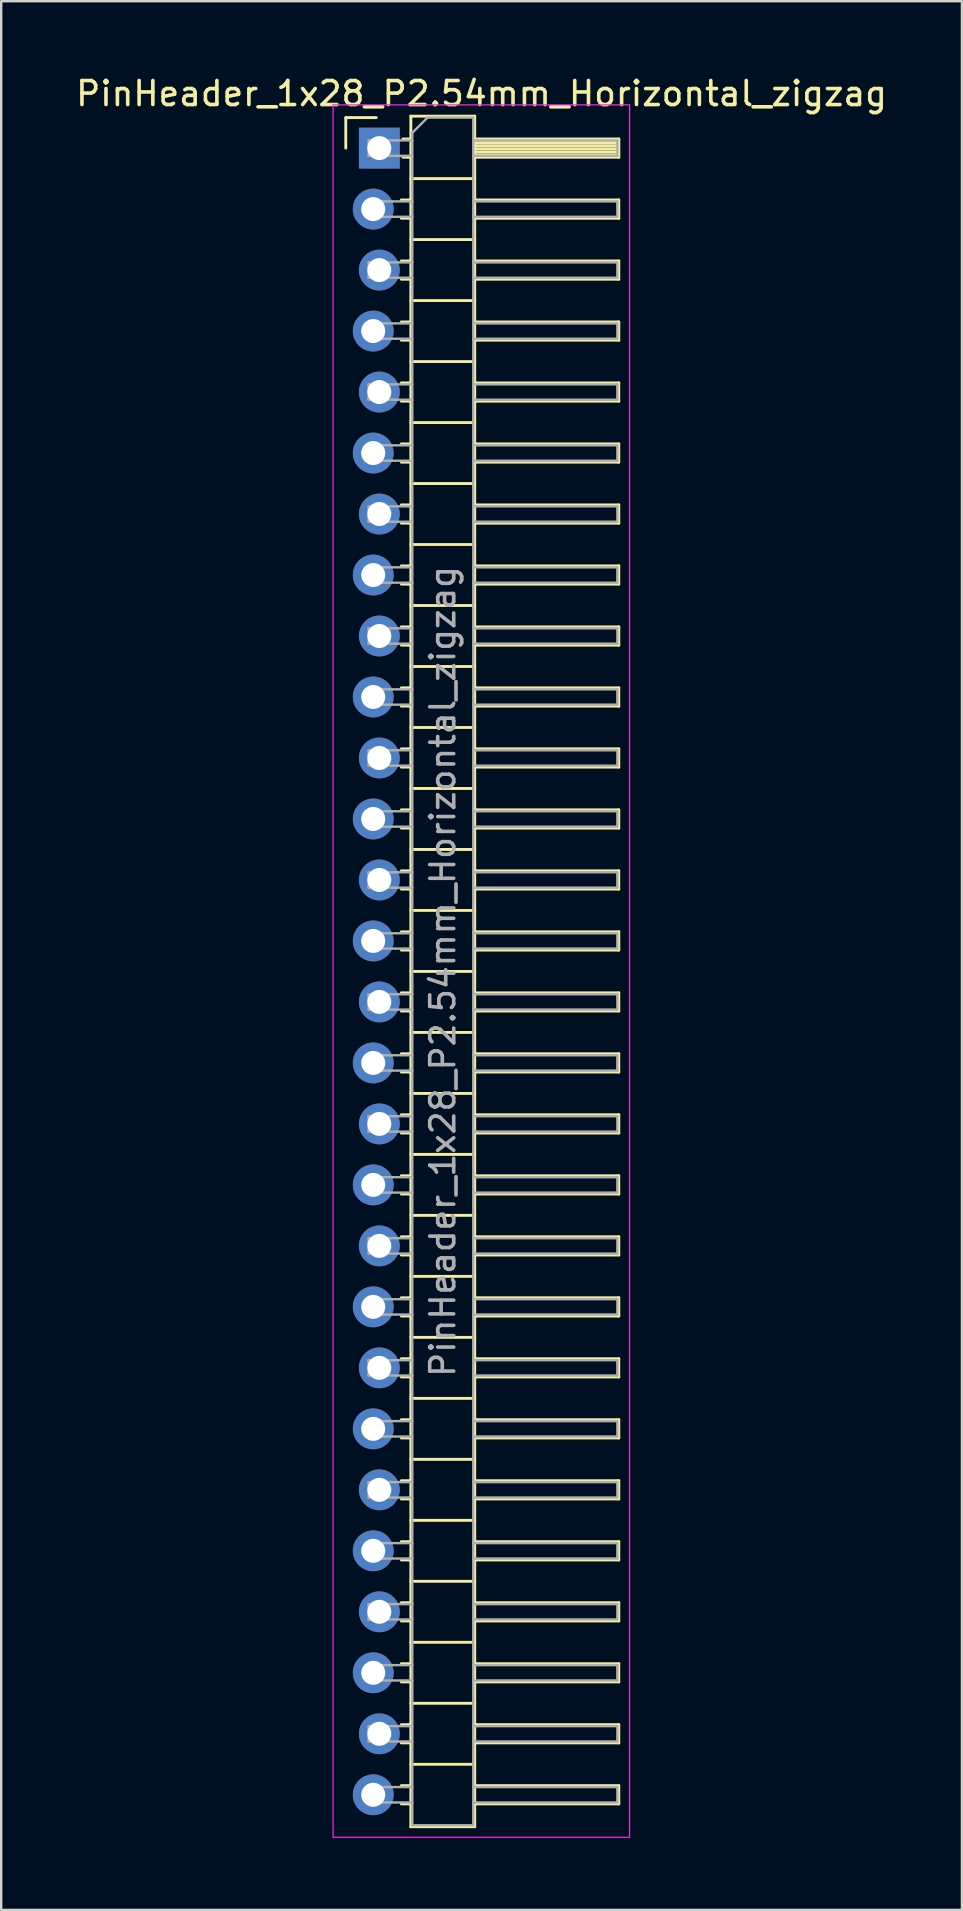
<source format=kicad_pcb>
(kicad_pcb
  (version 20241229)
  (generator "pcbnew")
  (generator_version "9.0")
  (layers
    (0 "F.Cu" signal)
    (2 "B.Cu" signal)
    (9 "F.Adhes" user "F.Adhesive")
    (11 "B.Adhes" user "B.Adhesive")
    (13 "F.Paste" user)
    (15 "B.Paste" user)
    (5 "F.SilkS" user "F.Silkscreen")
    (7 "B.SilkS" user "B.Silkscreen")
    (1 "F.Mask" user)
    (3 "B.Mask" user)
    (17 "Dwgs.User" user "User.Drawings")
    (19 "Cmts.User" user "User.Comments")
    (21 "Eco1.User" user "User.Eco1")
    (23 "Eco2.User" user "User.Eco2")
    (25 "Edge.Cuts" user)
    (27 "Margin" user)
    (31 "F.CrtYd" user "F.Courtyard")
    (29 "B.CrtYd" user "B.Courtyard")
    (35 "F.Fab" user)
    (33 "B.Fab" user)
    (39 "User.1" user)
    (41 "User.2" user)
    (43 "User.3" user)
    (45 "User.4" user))
  (footprint "PinHeader_1x28_P2.54mm_Horizontal_zigzag"
    (layer "F.Cu")
    (at 12.621 3.118)
    (property "Reference" "PinHeader_1x28_P2.54mm_Horizontal_zigzag" (at 4.385 -2.27 0) (layer "F.SilkS") (effects (font (size 1 1) (thickness 0.15))))
    (attr through_hole)
    (fp_line (start -1.27 -1.27) (end 0 -1.27) (stroke (width 0.12) (type solid)) (layer "F.SilkS"))
    (fp_line (start -1.27 0) (end -1.27 -1.27) (stroke (width 0.12) (type solid)) (layer "F.SilkS"))
    (fp_line (start 1.043 2.16) (end 1.44 2.16) (stroke (width 0.12) (type solid)) (layer "F.SilkS"))
    (fp_line (start 1.043 2.92) (end 1.44 2.92) (stroke (width 0.12) (type solid)) (layer "F.SilkS"))
    (fp_line (start 1.043 4.7) (end 1.44 4.7) (stroke (width 0.12) (type solid)) (layer "F.SilkS"))
    (fp_line (start 1.043 5.46) (end 1.44 5.46) (stroke (width 0.12) (type solid)) (layer "F.SilkS"))
    (fp_line (start 1.043 7.24) (end 1.44 7.24) (stroke (width 0.12) (type solid)) (layer "F.SilkS"))
    (fp_line (start 1.043 8) (end 1.44 8) (stroke (width 0.12) (type solid)) (layer "F.SilkS"))
    (fp_line (start 1.043 9.78) (end 1.44 9.78) (stroke (width 0.12) (type solid)) (layer "F.SilkS"))
    (fp_line (start 1.043 10.54) (end 1.44 10.54) (stroke (width 0.12) (type solid)) (layer "F.SilkS"))
    (fp_line (start 1.043 12.32) (end 1.44 12.32) (stroke (width 0.12) (type solid)) (layer "F.SilkS"))
    (fp_line (start 1.043 13.08) (end 1.44 13.08) (stroke (width 0.12) (type solid)) (layer "F.SilkS"))
    (fp_line (start 1.043 14.86) (end 1.44 14.86) (stroke (width 0.12) (type solid)) (layer "F.SilkS"))
    (fp_line (start 1.043 15.62) (end 1.44 15.62) (stroke (width 0.12) (type solid)) (layer "F.SilkS"))
    (fp_line (start 1.043 17.4) (end 1.44 17.4) (stroke (width 0.12) (type solid)) (layer "F.SilkS"))
    (fp_line (start 1.043 18.16) (end 1.44 18.16) (stroke (width 0.12) (type solid)) (layer "F.SilkS"))
    (fp_line (start 1.043 19.94) (end 1.44 19.94) (stroke (width 0.12) (type solid)) (layer "F.SilkS"))
    (fp_line (start 1.043 20.7) (end 1.44 20.7) (stroke (width 0.12) (type solid)) (layer "F.SilkS"))
    (fp_line (start 1.043 22.48) (end 1.44 22.48) (stroke (width 0.12) (type solid)) (layer "F.SilkS"))
    (fp_line (start 1.043 23.24) (end 1.44 23.24) (stroke (width 0.12) (type solid)) (layer "F.SilkS"))
    (fp_line (start 1.043 25.02) (end 1.44 25.02) (stroke (width 0.12) (type solid)) (layer "F.SilkS"))
    (fp_line (start 1.043 25.78) (end 1.44 25.78) (stroke (width 0.12) (type solid)) (layer "F.SilkS"))
    (fp_line (start 1.043 27.56) (end 1.44 27.56) (stroke (width 0.12) (type solid)) (layer "F.SilkS"))
    (fp_line (start 1.043 28.32) (end 1.44 28.32) (stroke (width 0.12) (type solid)) (layer "F.SilkS"))
    (fp_line (start 1.043 30.1) (end 1.44 30.1) (stroke (width 0.12) (type solid)) (layer "F.SilkS"))
    (fp_line (start 1.043 30.86) (end 1.44 30.86) (stroke (width 0.12) (type solid)) (layer "F.SilkS"))
    (fp_line (start 1.043 32.64) (end 1.44 32.64) (stroke (width 0.12) (type solid)) (layer "F.SilkS"))
    (fp_line (start 1.043 33.4) (end 1.44 33.4) (stroke (width 0.12) (type solid)) (layer "F.SilkS"))
    (fp_line (start 1.043 35.18) (end 1.44 35.18) (stroke (width 0.12) (type solid)) (layer "F.SilkS"))
    (fp_line (start 1.043 35.94) (end 1.44 35.94) (stroke (width 0.12) (type solid)) (layer "F.SilkS"))
    (fp_line (start 1.043 37.72) (end 1.44 37.72) (stroke (width 0.12) (type solid)) (layer "F.SilkS"))
    (fp_line (start 1.043 38.48) (end 1.44 38.48) (stroke (width 0.12) (type solid)) (layer "F.SilkS"))
    (fp_line (start 1.043 40.26) (end 1.44 40.26) (stroke (width 0.12) (type solid)) (layer "F.SilkS"))
    (fp_line (start 1.043 41.02) (end 1.44 41.02) (stroke (width 0.12) (type solid)) (layer "F.SilkS"))
    (fp_line (start 1.043 42.8) (end 1.44 42.8) (stroke (width 0.12) (type solid)) (layer "F.SilkS"))
    (fp_line (start 1.043 43.56) (end 1.44 43.56) (stroke (width 0.12) (type solid)) (layer "F.SilkS"))
    (fp_line (start 1.043 45.34) (end 1.44 45.34) (stroke (width 0.12) (type solid)) (layer "F.SilkS"))
    (fp_line (start 1.043 46.1) (end 1.44 46.1) (stroke (width 0.12) (type solid)) (layer "F.SilkS"))
    (fp_line (start 1.043 47.88) (end 1.44 47.88) (stroke (width 0.12) (type solid)) (layer "F.SilkS"))
    (fp_line (start 1.043 48.64) (end 1.44 48.64) (stroke (width 0.12) (type solid)) (layer "F.SilkS"))
    (fp_line (start 1.043 50.42) (end 1.44 50.42) (stroke (width 0.12) (type solid)) (layer "F.SilkS"))
    (fp_line (start 1.043 51.18) (end 1.44 51.18) (stroke (width 0.12) (type solid)) (layer "F.SilkS"))
    (fp_line (start 1.043 52.96) (end 1.44 52.96) (stroke (width 0.12) (type solid)) (layer "F.SilkS"))
    (fp_line (start 1.043 53.72) (end 1.44 53.72) (stroke (width 0.12) (type solid)) (layer "F.SilkS"))
    (fp_line (start 1.043 55.5) (end 1.44 55.5) (stroke (width 0.12) (type solid)) (layer "F.SilkS"))
    (fp_line (start 1.043 56.26) (end 1.44 56.26) (stroke (width 0.12) (type solid)) (layer "F.SilkS"))
    (fp_line (start 1.043 58.04) (end 1.44 58.04) (stroke (width 0.12) (type solid)) (layer "F.SilkS"))
    (fp_line (start 1.043 58.8) (end 1.44 58.8) (stroke (width 0.12) (type solid)) (layer "F.SilkS"))
    (fp_line (start 1.043 60.58) (end 1.44 60.58) (stroke (width 0.12) (type solid)) (layer "F.SilkS"))
    (fp_line (start 1.043 61.34) (end 1.44 61.34) (stroke (width 0.12) (type solid)) (layer "F.SilkS"))
    (fp_line (start 1.043 63.12) (end 1.44 63.12) (stroke (width 0.12) (type solid)) (layer "F.SilkS"))
    (fp_line (start 1.043 63.88) (end 1.44 63.88) (stroke (width 0.12) (type solid)) (layer "F.SilkS"))
    (fp_line (start 1.043 65.66) (end 1.44 65.66) (stroke (width 0.12) (type solid)) (layer "F.SilkS"))
    (fp_line (start 1.043 66.42) (end 1.44 66.42) (stroke (width 0.12) (type solid)) (layer "F.SilkS"))
    (fp_line (start 1.043 68.2) (end 1.44 68.2) (stroke (width 0.12) (type solid)) (layer "F.SilkS"))
    (fp_line (start 1.043 68.96) (end 1.44 68.96) (stroke (width 0.12) (type solid)) (layer "F.SilkS"))
    (fp_line (start 1.11 -0.38) (end 1.44 -0.38) (stroke (width 0.12) (type solid)) (layer "F.SilkS"))
    (fp_line (start 1.11 0.38) (end 1.44 0.38) (stroke (width 0.12) (type solid)) (layer "F.SilkS"))
    (fp_line (start 1.44 -1.33) (end 1.44 69.91) (stroke (width 0.12) (type solid)) (layer "F.SilkS"))
    (fp_line (start 1.44 1.27) (end 4.1 1.27) (stroke (width 0.12) (type solid)) (layer "F.SilkS"))
    (fp_line (start 1.44 3.81) (end 4.1 3.81) (stroke (width 0.12) (type solid)) (layer "F.SilkS"))
    (fp_line (start 1.44 6.35) (end 4.1 6.35) (stroke (width 0.12) (type solid)) (layer "F.SilkS"))
    (fp_line (start 1.44 8.89) (end 4.1 8.89) (stroke (width 0.12) (type solid)) (layer "F.SilkS"))
    (fp_line (start 1.44 11.43) (end 4.1 11.43) (stroke (width 0.12) (type solid)) (layer "F.SilkS"))
    (fp_line (start 1.44 13.97) (end 4.1 13.97) (stroke (width 0.12) (type solid)) (layer "F.SilkS"))
    (fp_line (start 1.44 16.51) (end 4.1 16.51) (stroke (width 0.12) (type solid)) (layer "F.SilkS"))
    (fp_line (start 1.44 19.05) (end 4.1 19.05) (stroke (width 0.12) (type solid)) (layer "F.SilkS"))
    (fp_line (start 1.44 21.59) (end 4.1 21.59) (stroke (width 0.12) (type solid)) (layer "F.SilkS"))
    (fp_line (start 1.44 24.13) (end 4.1 24.13) (stroke (width 0.12) (type solid)) (layer "F.SilkS"))
    (fp_line (start 1.44 26.67) (end 4.1 26.67) (stroke (width 0.12) (type solid)) (layer "F.SilkS"))
    (fp_line (start 1.44 29.21) (end 4.1 29.21) (stroke (width 0.12) (type solid)) (layer "F.SilkS"))
    (fp_line (start 1.44 31.75) (end 4.1 31.75) (stroke (width 0.12) (type solid)) (layer "F.SilkS"))
    (fp_line (start 1.44 34.29) (end 4.1 34.29) (stroke (width 0.12) (type solid)) (layer "F.SilkS"))
    (fp_line (start 1.44 36.83) (end 4.1 36.83) (stroke (width 0.12) (type solid)) (layer "F.SilkS"))
    (fp_line (start 1.44 39.37) (end 4.1 39.37) (stroke (width 0.12) (type solid)) (layer "F.SilkS"))
    (fp_line (start 1.44 41.91) (end 4.1 41.91) (stroke (width 0.12) (type solid)) (layer "F.SilkS"))
    (fp_line (start 1.44 44.45) (end 4.1 44.45) (stroke (width 0.12) (type solid)) (layer "F.SilkS"))
    (fp_line (start 1.44 46.99) (end 4.1 46.99) (stroke (width 0.12) (type solid)) (layer "F.SilkS"))
    (fp_line (start 1.44 49.53) (end 4.1 49.53) (stroke (width 0.12) (type solid)) (layer "F.SilkS"))
    (fp_line (start 1.44 52.07) (end 4.1 52.07) (stroke (width 0.12) (type solid)) (layer "F.SilkS"))
    (fp_line (start 1.44 54.61) (end 4.1 54.61) (stroke (width 0.12) (type solid)) (layer "F.SilkS"))
    (fp_line (start 1.44 57.15) (end 4.1 57.15) (stroke (width 0.12) (type solid)) (layer "F.SilkS"))
    (fp_line (start 1.44 59.69) (end 4.1 59.69) (stroke (width 0.12) (type solid)) (layer "F.SilkS"))
    (fp_line (start 1.44 62.23) (end 4.1 62.23) (stroke (width 0.12) (type solid)) (layer "F.SilkS"))
    (fp_line (start 1.44 64.77) (end 4.1 64.77) (stroke (width 0.12) (type solid)) (layer "F.SilkS"))
    (fp_line (start 1.44 67.31) (end 4.1 67.31) (stroke (width 0.12) (type solid)) (layer "F.SilkS"))
    (fp_line (start 1.44 69.91) (end 4.1 69.91) (stroke (width 0.12) (type solid)) (layer "F.SilkS"))
    (fp_line (start 4.1 -1.33) (end 1.44 -1.33) (stroke (width 0.12) (type solid)) (layer "F.SilkS"))
    (fp_line (start 4.1 -0.38) (end 10.1 -0.38) (stroke (width 0.12) (type solid)) (layer "F.SilkS"))
    (fp_line (start 4.1 -0.32) (end 10.1 -0.32) (stroke (width 0.12) (type solid)) (layer "F.SilkS"))
    (fp_line (start 4.1 -0.2) (end 10.1 -0.2) (stroke (width 0.12) (type solid)) (layer "F.SilkS"))
    (fp_line (start 4.1 -0.08) (end 10.1 -0.08) (stroke (width 0.12) (type solid)) (layer "F.SilkS"))
    (fp_line (start 4.1 0.04) (end 10.1 0.04) (stroke (width 0.12) (type solid)) (layer "F.SilkS"))
    (fp_line (start 4.1 0.16) (end 10.1 0.16) (stroke (width 0.12) (type solid)) (layer "F.SilkS"))
    (fp_line (start 4.1 0.28) (end 10.1 0.28) (stroke (width 0.12) (type solid)) (layer "F.SilkS"))
    (fp_line (start 4.1 2.16) (end 10.1 2.16) (stroke (width 0.12) (type solid)) (layer "F.SilkS"))
    (fp_line (start 4.1 4.7) (end 10.1 4.7) (stroke (width 0.12) (type solid)) (layer "F.SilkS"))
    (fp_line (start 4.1 7.24) (end 10.1 7.24) (stroke (width 0.12) (type solid)) (layer "F.SilkS"))
    (fp_line (start 4.1 9.78) (end 10.1 9.78) (stroke (width 0.12) (type solid)) (layer "F.SilkS"))
    (fp_line (start 4.1 12.32) (end 10.1 12.32) (stroke (width 0.12) (type solid)) (layer "F.SilkS"))
    (fp_line (start 4.1 14.86) (end 10.1 14.86) (stroke (width 0.12) (type solid)) (layer "F.SilkS"))
    (fp_line (start 4.1 17.4) (end 10.1 17.4) (stroke (width 0.12) (type solid)) (layer "F.SilkS"))
    (fp_line (start 4.1 19.94) (end 10.1 19.94) (stroke (width 0.12) (type solid)) (layer "F.SilkS"))
    (fp_line (start 4.1 22.48) (end 10.1 22.48) (stroke (width 0.12) (type solid)) (layer "F.SilkS"))
    (fp_line (start 4.1 25.02) (end 10.1 25.02) (stroke (width 0.12) (type solid)) (layer "F.SilkS"))
    (fp_line (start 4.1 27.56) (end 10.1 27.56) (stroke (width 0.12) (type solid)) (layer "F.SilkS"))
    (fp_line (start 4.1 30.1) (end 10.1 30.1) (stroke (width 0.12) (type solid)) (layer "F.SilkS"))
    (fp_line (start 4.1 32.64) (end 10.1 32.64) (stroke (width 0.12) (type solid)) (layer "F.SilkS"))
    (fp_line (start 4.1 35.18) (end 10.1 35.18) (stroke (width 0.12) (type solid)) (layer "F.SilkS"))
    (fp_line (start 4.1 37.72) (end 10.1 37.72) (stroke (width 0.12) (type solid)) (layer "F.SilkS"))
    (fp_line (start 4.1 40.26) (end 10.1 40.26) (stroke (width 0.12) (type solid)) (layer "F.SilkS"))
    (fp_line (start 4.1 42.8) (end 10.1 42.8) (stroke (width 0.12) (type solid)) (layer "F.SilkS"))
    (fp_line (start 4.1 45.34) (end 10.1 45.34) (stroke (width 0.12) (type solid)) (layer "F.SilkS"))
    (fp_line (start 4.1 47.88) (end 10.1 47.88) (stroke (width 0.12) (type solid)) (layer "F.SilkS"))
    (fp_line (start 4.1 50.42) (end 10.1 50.42) (stroke (width 0.12) (type solid)) (layer "F.SilkS"))
    (fp_line (start 4.1 52.96) (end 10.1 52.96) (stroke (width 0.12) (type solid)) (layer "F.SilkS"))
    (fp_line (start 4.1 55.5) (end 10.1 55.5) (stroke (width 0.12) (type solid)) (layer "F.SilkS"))
    (fp_line (start 4.1 58.04) (end 10.1 58.04) (stroke (width 0.12) (type solid)) (layer "F.SilkS"))
    (fp_line (start 4.1 60.58) (end 10.1 60.58) (stroke (width 0.12) (type solid)) (layer "F.SilkS"))
    (fp_line (start 4.1 63.12) (end 10.1 63.12) (stroke (width 0.12) (type solid)) (layer "F.SilkS"))
    (fp_line (start 4.1 65.66) (end 10.1 65.66) (stroke (width 0.12) (type solid)) (layer "F.SilkS"))
    (fp_line (start 4.1 68.2) (end 10.1 68.2) (stroke (width 0.12) (type solid)) (layer "F.SilkS"))
    (fp_line (start 4.1 69.91) (end 4.1 -1.33) (stroke (width 0.12) (type solid)) (layer "F.SilkS"))
    (fp_line (start 10.1 -0.38) (end 10.1 0.38) (stroke (width 0.12) (type solid)) (layer "F.SilkS"))
    (fp_line (start 10.1 0.38) (end 4.1 0.38) (stroke (width 0.12) (type solid)) (layer "F.SilkS"))
    (fp_line (start 10.1 2.16) (end 10.1 2.92) (stroke (width 0.12) (type solid)) (layer "F.SilkS"))
    (fp_line (start 10.1 2.92) (end 4.1 2.92) (stroke (width 0.12) (type solid)) (layer "F.SilkS"))
    (fp_line (start 10.1 4.7) (end 10.1 5.46) (stroke (width 0.12) (type solid)) (layer "F.SilkS"))
    (fp_line (start 10.1 5.46) (end 4.1 5.46) (stroke (width 0.12) (type solid)) (layer "F.SilkS"))
    (fp_line (start 10.1 7.24) (end 10.1 8) (stroke (width 0.12) (type solid)) (layer "F.SilkS"))
    (fp_line (start 10.1 8) (end 4.1 8) (stroke (width 0.12) (type solid)) (layer "F.SilkS"))
    (fp_line (start 10.1 9.78) (end 10.1 10.54) (stroke (width 0.12) (type solid)) (layer "F.SilkS"))
    (fp_line (start 10.1 10.54) (end 4.1 10.54) (stroke (width 0.12) (type solid)) (layer "F.SilkS"))
    (fp_line (start 10.1 12.32) (end 10.1 13.08) (stroke (width 0.12) (type solid)) (layer "F.SilkS"))
    (fp_line (start 10.1 13.08) (end 4.1 13.08) (stroke (width 0.12) (type solid)) (layer "F.SilkS"))
    (fp_line (start 10.1 14.86) (end 10.1 15.62) (stroke (width 0.12) (type solid)) (layer "F.SilkS"))
    (fp_line (start 10.1 15.62) (end 4.1 15.62) (stroke (width 0.12) (type solid)) (layer "F.SilkS"))
    (fp_line (start 10.1 17.4) (end 10.1 18.16) (stroke (width 0.12) (type solid)) (layer "F.SilkS"))
    (fp_line (start 10.1 18.16) (end 4.1 18.16) (stroke (width 0.12) (type solid)) (layer "F.SilkS"))
    (fp_line (start 10.1 19.94) (end 10.1 20.7) (stroke (width 0.12) (type solid)) (layer "F.SilkS"))
    (fp_line (start 10.1 20.7) (end 4.1 20.7) (stroke (width 0.12) (type solid)) (layer "F.SilkS"))
    (fp_line (start 10.1 22.48) (end 10.1 23.24) (stroke (width 0.12) (type solid)) (layer "F.SilkS"))
    (fp_line (start 10.1 23.24) (end 4.1 23.24) (stroke (width 0.12) (type solid)) (layer "F.SilkS"))
    (fp_line (start 10.1 25.02) (end 10.1 25.78) (stroke (width 0.12) (type solid)) (layer "F.SilkS"))
    (fp_line (start 10.1 25.78) (end 4.1 25.78) (stroke (width 0.12) (type solid)) (layer "F.SilkS"))
    (fp_line (start 10.1 27.56) (end 10.1 28.32) (stroke (width 0.12) (type solid)) (layer "F.SilkS"))
    (fp_line (start 10.1 28.32) (end 4.1 28.32) (stroke (width 0.12) (type solid)) (layer "F.SilkS"))
    (fp_line (start 10.1 30.1) (end 10.1 30.86) (stroke (width 0.12) (type solid)) (layer "F.SilkS"))
    (fp_line (start 10.1 30.86) (end 4.1 30.86) (stroke (width 0.12) (type solid)) (layer "F.SilkS"))
    (fp_line (start 10.1 32.64) (end 10.1 33.4) (stroke (width 0.12) (type solid)) (layer "F.SilkS"))
    (fp_line (start 10.1 33.4) (end 4.1 33.4) (stroke (width 0.12) (type solid)) (layer "F.SilkS"))
    (fp_line (start 10.1 35.18) (end 10.1 35.94) (stroke (width 0.12) (type solid)) (layer "F.SilkS"))
    (fp_line (start 10.1 35.94) (end 4.1 35.94) (stroke (width 0.12) (type solid)) (layer "F.SilkS"))
    (fp_line (start 10.1 37.72) (end 10.1 38.48) (stroke (width 0.12) (type solid)) (layer "F.SilkS"))
    (fp_line (start 10.1 38.48) (end 4.1 38.48) (stroke (width 0.12) (type solid)) (layer "F.SilkS"))
    (fp_line (start 10.1 40.26) (end 10.1 41.02) (stroke (width 0.12) (type solid)) (layer "F.SilkS"))
    (fp_line (start 10.1 41.02) (end 4.1 41.02) (stroke (width 0.12) (type solid)) (layer "F.SilkS"))
    (fp_line (start 10.1 42.8) (end 10.1 43.56) (stroke (width 0.12) (type solid)) (layer "F.SilkS"))
    (fp_line (start 10.1 43.56) (end 4.1 43.56) (stroke (width 0.12) (type solid)) (layer "F.SilkS"))
    (fp_line (start 10.1 45.34) (end 10.1 46.1) (stroke (width 0.12) (type solid)) (layer "F.SilkS"))
    (fp_line (start 10.1 46.1) (end 4.1 46.1) (stroke (width 0.12) (type solid)) (layer "F.SilkS"))
    (fp_line (start 10.1 47.88) (end 10.1 48.64) (stroke (width 0.12) (type solid)) (layer "F.SilkS"))
    (fp_line (start 10.1 48.64) (end 4.1 48.64) (stroke (width 0.12) (type solid)) (layer "F.SilkS"))
    (fp_line (start 10.1 50.42) (end 10.1 51.18) (stroke (width 0.12) (type solid)) (layer "F.SilkS"))
    (fp_line (start 10.1 51.18) (end 4.1 51.18) (stroke (width 0.12) (type solid)) (layer "F.SilkS"))
    (fp_line (start 10.1 52.96) (end 10.1 53.72) (stroke (width 0.12) (type solid)) (layer "F.SilkS"))
    (fp_line (start 10.1 53.72) (end 4.1 53.72) (stroke (width 0.12) (type solid)) (layer "F.SilkS"))
    (fp_line (start 10.1 55.5) (end 10.1 56.26) (stroke (width 0.12) (type solid)) (layer "F.SilkS"))
    (fp_line (start 10.1 56.26) (end 4.1 56.26) (stroke (width 0.12) (type solid)) (layer "F.SilkS"))
    (fp_line (start 10.1 58.04) (end 10.1 58.8) (stroke (width 0.12) (type solid)) (layer "F.SilkS"))
    (fp_line (start 10.1 58.8) (end 4.1 58.8) (stroke (width 0.12) (type solid)) (layer "F.SilkS"))
    (fp_line (start 10.1 60.58) (end 10.1 61.34) (stroke (width 0.12) (type solid)) (layer "F.SilkS"))
    (fp_line (start 10.1 61.34) (end 4.1 61.34) (stroke (width 0.12) (type solid)) (layer "F.SilkS"))
    (fp_line (start 10.1 63.12) (end 10.1 63.88) (stroke (width 0.12) (type solid)) (layer "F.SilkS"))
    (fp_line (start 10.1 63.88) (end 4.1 63.88) (stroke (width 0.12) (type solid)) (layer "F.SilkS"))
    (fp_line (start 10.1 65.66) (end 10.1 66.42) (stroke (width 0.12) (type solid)) (layer "F.SilkS"))
    (fp_line (start 10.1 66.42) (end 4.1 66.42) (stroke (width 0.12) (type solid)) (layer "F.SilkS"))
    (fp_line (start 10.1 68.2) (end 10.1 68.96) (stroke (width 0.12) (type solid)) (layer "F.SilkS"))
    (fp_line (start 10.1 68.96) (end 4.1 68.96) (stroke (width 0.12) (type solid)) (layer "F.SilkS"))
    (fp_line (start -1.8 -1.8) (end -1.8 70.35) (stroke (width 0.05) (type solid)) (layer "F.CrtYd"))
    (fp_line (start -1.8 70.35) (end 10.55 70.35) (stroke (width 0.05) (type solid)) (layer "F.CrtYd"))
    (fp_line (start 10.55 -1.8) (end -1.8 -1.8) (stroke (width 0.05) (type solid)) (layer "F.CrtYd"))
    (fp_line (start 10.55 70.35) (end 10.55 -1.8) (stroke (width 0.05) (type solid)) (layer "F.CrtYd"))
    (fp_line (start -0.32 -0.32) (end -0.32 0.32) (stroke (width 0.1) (type solid)) (layer "F.Fab"))
    (fp_line (start -0.32 -0.32) (end 1.5 -0.32) (stroke (width 0.1) (type solid)) (layer "F.Fab"))
    (fp_line (start -0.32 0.32) (end 1.5 0.32) (stroke (width 0.1) (type solid)) (layer "F.Fab"))
    (fp_line (start -0.32 2.22) (end -0.32 2.86) (stroke (width 0.1) (type solid)) (layer "F.Fab"))
    (fp_line (start -0.32 2.22) (end 1.5 2.22) (stroke (width 0.1) (type solid)) (layer "F.Fab"))
    (fp_line (start -0.32 2.86) (end 1.5 2.86) (stroke (width 0.1) (type solid)) (layer "F.Fab"))
    (fp_line (start -0.32 4.76) (end -0.32 5.4) (stroke (width 0.1) (type solid)) (layer "F.Fab"))
    (fp_line (start -0.32 4.76) (end 1.5 4.76) (stroke (width 0.1) (type solid)) (layer "F.Fab"))
    (fp_line (start -0.32 5.4) (end 1.5 5.4) (stroke (width 0.1) (type solid)) (layer "F.Fab"))
    (fp_line (start -0.32 7.3) (end -0.32 7.94) (stroke (width 0.1) (type solid)) (layer "F.Fab"))
    (fp_line (start -0.32 7.3) (end 1.5 7.3) (stroke (width 0.1) (type solid)) (layer "F.Fab"))
    (fp_line (start -0.32 7.94) (end 1.5 7.94) (stroke (width 0.1) (type solid)) (layer "F.Fab"))
    (fp_line (start -0.32 9.84) (end -0.32 10.48) (stroke (width 0.1) (type solid)) (layer "F.Fab"))
    (fp_line (start -0.32 9.84) (end 1.5 9.84) (stroke (width 0.1) (type solid)) (layer "F.Fab"))
    (fp_line (start -0.32 10.48) (end 1.5 10.48) (stroke (width 0.1) (type solid)) (layer "F.Fab"))
    (fp_line (start -0.32 12.38) (end -0.32 13.02) (stroke (width 0.1) (type solid)) (layer "F.Fab"))
    (fp_line (start -0.32 12.38) (end 1.5 12.38) (stroke (width 0.1) (type solid)) (layer "F.Fab"))
    (fp_line (start -0.32 13.02) (end 1.5 13.02) (stroke (width 0.1) (type solid)) (layer "F.Fab"))
    (fp_line (start -0.32 14.92) (end -0.32 15.56) (stroke (width 0.1) (type solid)) (layer "F.Fab"))
    (fp_line (start -0.32 14.92) (end 1.5 14.92) (stroke (width 0.1) (type solid)) (layer "F.Fab"))
    (fp_line (start -0.32 15.56) (end 1.5 15.56) (stroke (width 0.1) (type solid)) (layer "F.Fab"))
    (fp_line (start -0.32 17.46) (end -0.32 18.1) (stroke (width 0.1) (type solid)) (layer "F.Fab"))
    (fp_line (start -0.32 17.46) (end 1.5 17.46) (stroke (width 0.1) (type solid)) (layer "F.Fab"))
    (fp_line (start -0.32 18.1) (end 1.5 18.1) (stroke (width 0.1) (type solid)) (layer "F.Fab"))
    (fp_line (start -0.32 20) (end -0.32 20.64) (stroke (width 0.1) (type solid)) (layer "F.Fab"))
    (fp_line (start -0.32 20) (end 1.5 20) (stroke (width 0.1) (type solid)) (layer "F.Fab"))
    (fp_line (start -0.32 20.64) (end 1.5 20.64) (stroke (width 0.1) (type solid)) (layer "F.Fab"))
    (fp_line (start -0.32 22.54) (end -0.32 23.18) (stroke (width 0.1) (type solid)) (layer "F.Fab"))
    (fp_line (start -0.32 22.54) (end 1.5 22.54) (stroke (width 0.1) (type solid)) (layer "F.Fab"))
    (fp_line (start -0.32 23.18) (end 1.5 23.18) (stroke (width 0.1) (type solid)) (layer "F.Fab"))
    (fp_line (start -0.32 25.08) (end -0.32 25.72) (stroke (width 0.1) (type solid)) (layer "F.Fab"))
    (fp_line (start -0.32 25.08) (end 1.5 25.08) (stroke (width 0.1) (type solid)) (layer "F.Fab"))
    (fp_line (start -0.32 25.72) (end 1.5 25.72) (stroke (width 0.1) (type solid)) (layer "F.Fab"))
    (fp_line (start -0.32 27.62) (end -0.32 28.26) (stroke (width 0.1) (type solid)) (layer "F.Fab"))
    (fp_line (start -0.32 27.62) (end 1.5 27.62) (stroke (width 0.1) (type solid)) (layer "F.Fab"))
    (fp_line (start -0.32 28.26) (end 1.5 28.26) (stroke (width 0.1) (type solid)) (layer "F.Fab"))
    (fp_line (start -0.32 30.16) (end -0.32 30.8) (stroke (width 0.1) (type solid)) (layer "F.Fab"))
    (fp_line (start -0.32 30.16) (end 1.5 30.16) (stroke (width 0.1) (type solid)) (layer "F.Fab"))
    (fp_line (start -0.32 30.8) (end 1.5 30.8) (stroke (width 0.1) (type solid)) (layer "F.Fab"))
    (fp_line (start -0.32 32.7) (end -0.32 33.34) (stroke (width 0.1) (type solid)) (layer "F.Fab"))
    (fp_line (start -0.32 32.7) (end 1.5 32.7) (stroke (width 0.1) (type solid)) (layer "F.Fab"))
    (fp_line (start -0.32 33.34) (end 1.5 33.34) (stroke (width 0.1) (type solid)) (layer "F.Fab"))
    (fp_line (start -0.32 35.24) (end -0.32 35.88) (stroke (width 0.1) (type solid)) (layer "F.Fab"))
    (fp_line (start -0.32 35.24) (end 1.5 35.24) (stroke (width 0.1) (type solid)) (layer "F.Fab"))
    (fp_line (start -0.32 35.88) (end 1.5 35.88) (stroke (width 0.1) (type solid)) (layer "F.Fab"))
    (fp_line (start -0.32 37.78) (end -0.32 38.42) (stroke (width 0.1) (type solid)) (layer "F.Fab"))
    (fp_line (start -0.32 37.78) (end 1.5 37.78) (stroke (width 0.1) (type solid)) (layer "F.Fab"))
    (fp_line (start -0.32 38.42) (end 1.5 38.42) (stroke (width 0.1) (type solid)) (layer "F.Fab"))
    (fp_line (start -0.32 40.32) (end -0.32 40.96) (stroke (width 0.1) (type solid)) (layer "F.Fab"))
    (fp_line (start -0.32 40.32) (end 1.5 40.32) (stroke (width 0.1) (type solid)) (layer "F.Fab"))
    (fp_line (start -0.32 40.96) (end 1.5 40.96) (stroke (width 0.1) (type solid)) (layer "F.Fab"))
    (fp_line (start -0.32 42.86) (end -0.32 43.5) (stroke (width 0.1) (type solid)) (layer "F.Fab"))
    (fp_line (start -0.32 42.86) (end 1.5 42.86) (stroke (width 0.1) (type solid)) (layer "F.Fab"))
    (fp_line (start -0.32 43.5) (end 1.5 43.5) (stroke (width 0.1) (type solid)) (layer "F.Fab"))
    (fp_line (start -0.32 45.4) (end -0.32 46.04) (stroke (width 0.1) (type solid)) (layer "F.Fab"))
    (fp_line (start -0.32 45.4) (end 1.5 45.4) (stroke (width 0.1) (type solid)) (layer "F.Fab"))
    (fp_line (start -0.32 46.04) (end 1.5 46.04) (stroke (width 0.1) (type solid)) (layer "F.Fab"))
    (fp_line (start -0.32 47.94) (end -0.32 48.58) (stroke (width 0.1) (type solid)) (layer "F.Fab"))
    (fp_line (start -0.32 47.94) (end 1.5 47.94) (stroke (width 0.1) (type solid)) (layer "F.Fab"))
    (fp_line (start -0.32 48.58) (end 1.5 48.58) (stroke (width 0.1) (type solid)) (layer "F.Fab"))
    (fp_line (start -0.32 50.48) (end -0.32 51.12) (stroke (width 0.1) (type solid)) (layer "F.Fab"))
    (fp_line (start -0.32 50.48) (end 1.5 50.48) (stroke (width 0.1) (type solid)) (layer "F.Fab"))
    (fp_line (start -0.32 51.12) (end 1.5 51.12) (stroke (width 0.1) (type solid)) (layer "F.Fab"))
    (fp_line (start -0.32 53.02) (end -0.32 53.66) (stroke (width 0.1) (type solid)) (layer "F.Fab"))
    (fp_line (start -0.32 53.02) (end 1.5 53.02) (stroke (width 0.1) (type solid)) (layer "F.Fab"))
    (fp_line (start -0.32 53.66) (end 1.5 53.66) (stroke (width 0.1) (type solid)) (layer "F.Fab"))
    (fp_line (start -0.32 55.56) (end -0.32 56.2) (stroke (width 0.1) (type solid)) (layer "F.Fab"))
    (fp_line (start -0.32 55.56) (end 1.5 55.56) (stroke (width 0.1) (type solid)) (layer "F.Fab"))
    (fp_line (start -0.32 56.2) (end 1.5 56.2) (stroke (width 0.1) (type solid)) (layer "F.Fab"))
    (fp_line (start -0.32 58.1) (end -0.32 58.74) (stroke (width 0.1) (type solid)) (layer "F.Fab"))
    (fp_line (start -0.32 58.1) (end 1.5 58.1) (stroke (width 0.1) (type solid)) (layer "F.Fab"))
    (fp_line (start -0.32 58.74) (end 1.5 58.74) (stroke (width 0.1) (type solid)) (layer "F.Fab"))
    (fp_line (start -0.32 60.64) (end -0.32 61.28) (stroke (width 0.1) (type solid)) (layer "F.Fab"))
    (fp_line (start -0.32 60.64) (end 1.5 60.64) (stroke (width 0.1) (type solid)) (layer "F.Fab"))
    (fp_line (start -0.32 61.28) (end 1.5 61.28) (stroke (width 0.1) (type solid)) (layer "F.Fab"))
    (fp_line (start -0.32 63.18) (end -0.32 63.82) (stroke (width 0.1) (type solid)) (layer "F.Fab"))
    (fp_line (start -0.32 63.18) (end 1.5 63.18) (stroke (width 0.1) (type solid)) (layer "F.Fab"))
    (fp_line (start -0.32 63.82) (end 1.5 63.82) (stroke (width 0.1) (type solid)) (layer "F.Fab"))
    (fp_line (start -0.32 65.72) (end -0.32 66.36) (stroke (width 0.1) (type solid)) (layer "F.Fab"))
    (fp_line (start -0.32 65.72) (end 1.5 65.72) (stroke (width 0.1) (type solid)) (layer "F.Fab"))
    (fp_line (start -0.32 66.36) (end 1.5 66.36) (stroke (width 0.1) (type solid)) (layer "F.Fab"))
    (fp_line (start -0.32 68.26) (end -0.32 68.9) (stroke (width 0.1) (type solid)) (layer "F.Fab"))
    (fp_line (start -0.32 68.26) (end 1.5 68.26) (stroke (width 0.1) (type solid)) (layer "F.Fab"))
    (fp_line (start -0.32 68.9) (end 1.5 68.9) (stroke (width 0.1) (type solid)) (layer "F.Fab"))
    (fp_line (start 1.5 -0.635) (end 2.135 -1.27) (stroke (width 0.1) (type solid)) (layer "F.Fab"))
    (fp_line (start 1.5 69.85) (end 1.5 -0.635) (stroke (width 0.1) (type solid)) (layer "F.Fab"))
    (fp_line (start 2.135 -1.27) (end 4.04 -1.27) (stroke (width 0.1) (type solid)) (layer "F.Fab"))
    (fp_line (start 4.04 -1.27) (end 4.04 69.85) (stroke (width 0.1) (type solid)) (layer "F.Fab"))
    (fp_line (start 4.04 -0.32) (end 10.04 -0.32) (stroke (width 0.1) (type solid)) (layer "F.Fab"))
    (fp_line (start 4.04 0.32) (end 10.04 0.32) (stroke (width 0.1) (type solid)) (layer "F.Fab"))
    (fp_line (start 4.04 2.22) (end 10.04 2.22) (stroke (width 0.1) (type solid)) (layer "F.Fab"))
    (fp_line (start 4.04 2.86) (end 10.04 2.86) (stroke (width 0.1) (type solid)) (layer "F.Fab"))
    (fp_line (start 4.04 4.76) (end 10.04 4.76) (stroke (width 0.1) (type solid)) (layer "F.Fab"))
    (fp_line (start 4.04 5.4) (end 10.04 5.4) (stroke (width 0.1) (type solid)) (layer "F.Fab"))
    (fp_line (start 4.04 7.3) (end 10.04 7.3) (stroke (width 0.1) (type solid)) (layer "F.Fab"))
    (fp_line (start 4.04 7.94) (end 10.04 7.94) (stroke (width 0.1) (type solid)) (layer "F.Fab"))
    (fp_line (start 4.04 9.84) (end 10.04 9.84) (stroke (width 0.1) (type solid)) (layer "F.Fab"))
    (fp_line (start 4.04 10.48) (end 10.04 10.48) (stroke (width 0.1) (type solid)) (layer "F.Fab"))
    (fp_line (start 4.04 12.38) (end 10.04 12.38) (stroke (width 0.1) (type solid)) (layer "F.Fab"))
    (fp_line (start 4.04 13.02) (end 10.04 13.02) (stroke (width 0.1) (type solid)) (layer "F.Fab"))
    (fp_line (start 4.04 14.92) (end 10.04 14.92) (stroke (width 0.1) (type solid)) (layer "F.Fab"))
    (fp_line (start 4.04 15.56) (end 10.04 15.56) (stroke (width 0.1) (type solid)) (layer "F.Fab"))
    (fp_line (start 4.04 17.46) (end 10.04 17.46) (stroke (width 0.1) (type solid)) (layer "F.Fab"))
    (fp_line (start 4.04 18.1) (end 10.04 18.1) (stroke (width 0.1) (type solid)) (layer "F.Fab"))
    (fp_line (start 4.04 20) (end 10.04 20) (stroke (width 0.1) (type solid)) (layer "F.Fab"))
    (fp_line (start 4.04 20.64) (end 10.04 20.64) (stroke (width 0.1) (type solid)) (layer "F.Fab"))
    (fp_line (start 4.04 22.54) (end 10.04 22.54) (stroke (width 0.1) (type solid)) (layer "F.Fab"))
    (fp_line (start 4.04 23.18) (end 10.04 23.18) (stroke (width 0.1) (type solid)) (layer "F.Fab"))
    (fp_line (start 4.04 25.08) (end 10.04 25.08) (stroke (width 0.1) (type solid)) (layer "F.Fab"))
    (fp_line (start 4.04 25.72) (end 10.04 25.72) (stroke (width 0.1) (type solid)) (layer "F.Fab"))
    (fp_line (start 4.04 27.62) (end 10.04 27.62) (stroke (width 0.1) (type solid)) (layer "F.Fab"))
    (fp_line (start 4.04 28.26) (end 10.04 28.26) (stroke (width 0.1) (type solid)) (layer "F.Fab"))
    (fp_line (start 4.04 30.16) (end 10.04 30.16) (stroke (width 0.1) (type solid)) (layer "F.Fab"))
    (fp_line (start 4.04 30.8) (end 10.04 30.8) (stroke (width 0.1) (type solid)) (layer "F.Fab"))
    (fp_line (start 4.04 32.7) (end 10.04 32.7) (stroke (width 0.1) (type solid)) (layer "F.Fab"))
    (fp_line (start 4.04 33.34) (end 10.04 33.34) (stroke (width 0.1) (type solid)) (layer "F.Fab"))
    (fp_line (start 4.04 35.24) (end 10.04 35.24) (stroke (width 0.1) (type solid)) (layer "F.Fab"))
    (fp_line (start 4.04 35.88) (end 10.04 35.88) (stroke (width 0.1) (type solid)) (layer "F.Fab"))
    (fp_line (start 4.04 37.78) (end 10.04 37.78) (stroke (width 0.1) (type solid)) (layer "F.Fab"))
    (fp_line (start 4.04 38.42) (end 10.04 38.42) (stroke (width 0.1) (type solid)) (layer "F.Fab"))
    (fp_line (start 4.04 40.32) (end 10.04 40.32) (stroke (width 0.1) (type solid)) (layer "F.Fab"))
    (fp_line (start 4.04 40.96) (end 10.04 40.96) (stroke (width 0.1) (type solid)) (layer "F.Fab"))
    (fp_line (start 4.04 42.86) (end 10.04 42.86) (stroke (width 0.1) (type solid)) (layer "F.Fab"))
    (fp_line (start 4.04 43.5) (end 10.04 43.5) (stroke (width 0.1) (type solid)) (layer "F.Fab"))
    (fp_line (start 4.04 45.4) (end 10.04 45.4) (stroke (width 0.1) (type solid)) (layer "F.Fab"))
    (fp_line (start 4.04 46.04) (end 10.04 46.04) (stroke (width 0.1) (type solid)) (layer "F.Fab"))
    (fp_line (start 4.04 47.94) (end 10.04 47.94) (stroke (width 0.1) (type solid)) (layer "F.Fab"))
    (fp_line (start 4.04 48.58) (end 10.04 48.58) (stroke (width 0.1) (type solid)) (layer "F.Fab"))
    (fp_line (start 4.04 50.48) (end 10.04 50.48) (stroke (width 0.1) (type solid)) (layer "F.Fab"))
    (fp_line (start 4.04 51.12) (end 10.04 51.12) (stroke (width 0.1) (type solid)) (layer "F.Fab"))
    (fp_line (start 4.04 53.02) (end 10.04 53.02) (stroke (width 0.1) (type solid)) (layer "F.Fab"))
    (fp_line (start 4.04 53.66) (end 10.04 53.66) (stroke (width 0.1) (type solid)) (layer "F.Fab"))
    (fp_line (start 4.04 55.56) (end 10.04 55.56) (stroke (width 0.1) (type solid)) (layer "F.Fab"))
    (fp_line (start 4.04 56.2) (end 10.04 56.2) (stroke (width 0.1) (type solid)) (layer "F.Fab"))
    (fp_line (start 4.04 58.1) (end 10.04 58.1) (stroke (width 0.1) (type solid)) (layer "F.Fab"))
    (fp_line (start 4.04 58.74) (end 10.04 58.74) (stroke (width 0.1) (type solid)) (layer "F.Fab"))
    (fp_line (start 4.04 60.64) (end 10.04 60.64) (stroke (width 0.1) (type solid)) (layer "F.Fab"))
    (fp_line (start 4.04 61.28) (end 10.04 61.28) (stroke (width 0.1) (type solid)) (layer "F.Fab"))
    (fp_line (start 4.04 63.18) (end 10.04 63.18) (stroke (width 0.1) (type solid)) (layer "F.Fab"))
    (fp_line (start 4.04 63.82) (end 10.04 63.82) (stroke (width 0.1) (type solid)) (layer "F.Fab"))
    (fp_line (start 4.04 65.72) (end 10.04 65.72) (stroke (width 0.1) (type solid)) (layer "F.Fab"))
    (fp_line (start 4.04 66.36) (end 10.04 66.36) (stroke (width 0.1) (type solid)) (layer "F.Fab"))
    (fp_line (start 4.04 68.26) (end 10.04 68.26) (stroke (width 0.1) (type solid)) (layer "F.Fab"))
    (fp_line (start 4.04 68.9) (end 10.04 68.9) (stroke (width 0.1) (type solid)) (layer "F.Fab"))
    (fp_line (start 4.04 69.85) (end 1.5 69.85) (stroke (width 0.1) (type solid)) (layer "F.Fab"))
    (fp_line (start 10.04 -0.32) (end 10.04 0.32) (stroke (width 0.1) (type solid)) (layer "F.Fab"))
    (fp_line (start 10.04 2.22) (end 10.04 2.86) (stroke (width 0.1) (type solid)) (layer "F.Fab"))
    (fp_line (start 10.04 4.76) (end 10.04 5.4) (stroke (width 0.1) (type solid)) (layer "F.Fab"))
    (fp_line (start 10.04 7.3) (end 10.04 7.94) (stroke (width 0.1) (type solid)) (layer "F.Fab"))
    (fp_line (start 10.04 9.84) (end 10.04 10.48) (stroke (width 0.1) (type solid)) (layer "F.Fab"))
    (fp_line (start 10.04 12.38) (end 10.04 13.02) (stroke (width 0.1) (type solid)) (layer "F.Fab"))
    (fp_line (start 10.04 14.92) (end 10.04 15.56) (stroke (width 0.1) (type solid)) (layer "F.Fab"))
    (fp_line (start 10.04 17.46) (end 10.04 18.1) (stroke (width 0.1) (type solid)) (layer "F.Fab"))
    (fp_line (start 10.04 20) (end 10.04 20.64) (stroke (width 0.1) (type solid)) (layer "F.Fab"))
    (fp_line (start 10.04 22.54) (end 10.04 23.18) (stroke (width 0.1) (type solid)) (layer "F.Fab"))
    (fp_line (start 10.04 25.08) (end 10.04 25.72) (stroke (width 0.1) (type solid)) (layer "F.Fab"))
    (fp_line (start 10.04 27.62) (end 10.04 28.26) (stroke (width 0.1) (type solid)) (layer "F.Fab"))
    (fp_line (start 10.04 30.16) (end 10.04 30.8) (stroke (width 0.1) (type solid)) (layer "F.Fab"))
    (fp_line (start 10.04 32.7) (end 10.04 33.34) (stroke (width 0.1) (type solid)) (layer "F.Fab"))
    (fp_line (start 10.04 35.24) (end 10.04 35.88) (stroke (width 0.1) (type solid)) (layer "F.Fab"))
    (fp_line (start 10.04 37.78) (end 10.04 38.42) (stroke (width 0.1) (type solid)) (layer "F.Fab"))
    (fp_line (start 10.04 40.32) (end 10.04 40.96) (stroke (width 0.1) (type solid)) (layer "F.Fab"))
    (fp_line (start 10.04 42.86) (end 10.04 43.5) (stroke (width 0.1) (type solid)) (layer "F.Fab"))
    (fp_line (start 10.04 45.4) (end 10.04 46.04) (stroke (width 0.1) (type solid)) (layer "F.Fab"))
    (fp_line (start 10.04 47.94) (end 10.04 48.58) (stroke (width 0.1) (type solid)) (layer "F.Fab"))
    (fp_line (start 10.04 50.48) (end 10.04 51.12) (stroke (width 0.1) (type solid)) (layer "F.Fab"))
    (fp_line (start 10.04 53.02) (end 10.04 53.66) (stroke (width 0.1) (type solid)) (layer "F.Fab"))
    (fp_line (start 10.04 55.56) (end 10.04 56.2) (stroke (width 0.1) (type solid)) (layer "F.Fab"))
    (fp_line (start 10.04 58.1) (end 10.04 58.74) (stroke (width 0.1) (type solid)) (layer "F.Fab"))
    (fp_line (start 10.04 60.64) (end 10.04 61.28) (stroke (width 0.1) (type solid)) (layer "F.Fab"))
    (fp_line (start 10.04 63.18) (end 10.04 63.82) (stroke (width 0.1) (type solid)) (layer "F.Fab"))
    (fp_line (start 10.04 65.72) (end 10.04 66.36) (stroke (width 0.1) (type solid)) (layer "F.Fab"))
    (fp_line (start 10.04 68.26) (end 10.04 68.9) (stroke (width 0.1) (type solid)) (layer "F.Fab"))
    (fp_text user "${REFERENCE}" (at 2.77 34.29 90) (layer "F.Fab") (effects (font (size 1 1) (thickness 0.15))))
    (pad "1" thru_hole rect (at 0.127 0) (size 1.7 1.7) (drill 1) (layers "*.Cu" "*.Mask"))
    (pad "2" thru_hole oval (at -0.127 2.54) (size 1.7 1.7) (drill 1) (layers "*.Cu" "*.Mask"))
    (pad "3" thru_hole oval (at 0.127 5.08) (size 1.7 1.7) (drill 1) (layers "*.Cu" "*.Mask"))
    (pad "4" thru_hole oval (at -0.127 7.62) (size 1.7 1.7) (drill 1) (layers "*.Cu" "*.Mask"))
    (pad "5" thru_hole oval (at 0.127 10.16) (size 1.7 1.7) (drill 1) (layers "*.Cu" "*.Mask"))
    (pad "6" thru_hole oval (at -0.127 12.7) (size 1.7 1.7) (drill 1) (layers "*.Cu" "*.Mask"))
    (pad "7" thru_hole oval (at 0.127 15.24) (size 1.7 1.7) (drill 1) (layers "*.Cu" "*.Mask"))
    (pad "8" thru_hole oval (at -0.127 17.78) (size 1.7 1.7) (drill 1) (layers "*.Cu" "*.Mask"))
    (pad "9" thru_hole oval (at 0.127 20.32) (size 1.7 1.7) (drill 1) (layers "*.Cu" "*.Mask"))
    (pad "10" thru_hole oval (at -0.127 22.86) (size 1.7 1.7) (drill 1) (layers "*.Cu" "*.Mask"))
    (pad "11" thru_hole oval (at 0.127 25.4) (size 1.7 1.7) (drill 1) (layers "*.Cu" "*.Mask"))
    (pad "12" thru_hole oval (at -0.127 27.94) (size 1.7 1.7) (drill 1) (layers "*.Cu" "*.Mask"))
    (pad "13" thru_hole oval (at 0.127 30.48) (size 1.7 1.7) (drill 1) (layers "*.Cu" "*.Mask"))
    (pad "14" thru_hole oval (at -0.127 33.02) (size 1.7 1.7) (drill 1) (layers "*.Cu" "*.Mask"))
    (pad "15" thru_hole oval (at 0.127 35.56) (size 1.7 1.7) (drill 1) (layers "*.Cu" "*.Mask"))
    (pad "16" thru_hole oval (at -0.127 38.1) (size 1.7 1.7) (drill 1) (layers "*.Cu" "*.Mask"))
    (pad "17" thru_hole oval (at 0.127 40.64) (size 1.7 1.7) (drill 1) (layers "*.Cu" "*.Mask"))
    (pad "18" thru_hole oval (at -0.127 43.18) (size 1.7 1.7) (drill 1) (layers "*.Cu" "*.Mask"))
    (pad "19" thru_hole oval (at 0.127 45.72) (size 1.7 1.7) (drill 1) (layers "*.Cu" "*.Mask"))
    (pad "20" thru_hole oval (at -0.127 48.26) (size 1.7 1.7) (drill 1) (layers "*.Cu" "*.Mask"))
    (pad "21" thru_hole oval (at 0.127 50.8) (size 1.7 1.7) (drill 1) (layers "*.Cu" "*.Mask"))
    (pad "22" thru_hole oval (at -0.127 53.34) (size 1.7 1.7) (drill 1) (layers "*.Cu" "*.Mask"))
    (pad "23" thru_hole oval (at 0.127 55.88) (size 1.7 1.7) (drill 1) (layers "*.Cu" "*.Mask"))
    (pad "24" thru_hole oval (at -0.127 58.42) (size 1.7 1.7) (drill 1) (layers "*.Cu" "*.Mask"))
    (pad "25" thru_hole oval (at 0.127 60.96) (size 1.7 1.7) (drill 1) (layers "*.Cu" "*.Mask"))
    (pad "26" thru_hole oval (at -0.127 63.5) (size 1.7 1.7) (drill 1) (layers "*.Cu" "*.Mask"))
    (pad "27" thru_hole oval (at 0.127 66.04) (size 1.7 1.7) (drill 1) (layers "*.Cu" "*.Mask"))
    (pad "28" thru_hole oval (at -0.127 68.58) (size 1.7 1.7) (drill 1) (layers "*.Cu" "*.Mask")))
  (gr_rect
    (start -3 -3)
    (end 37.012 76.493)
    (stroke (width 0.1) (type default))
    (fill no)
    (layer "Edge.Cuts")))
</source>
